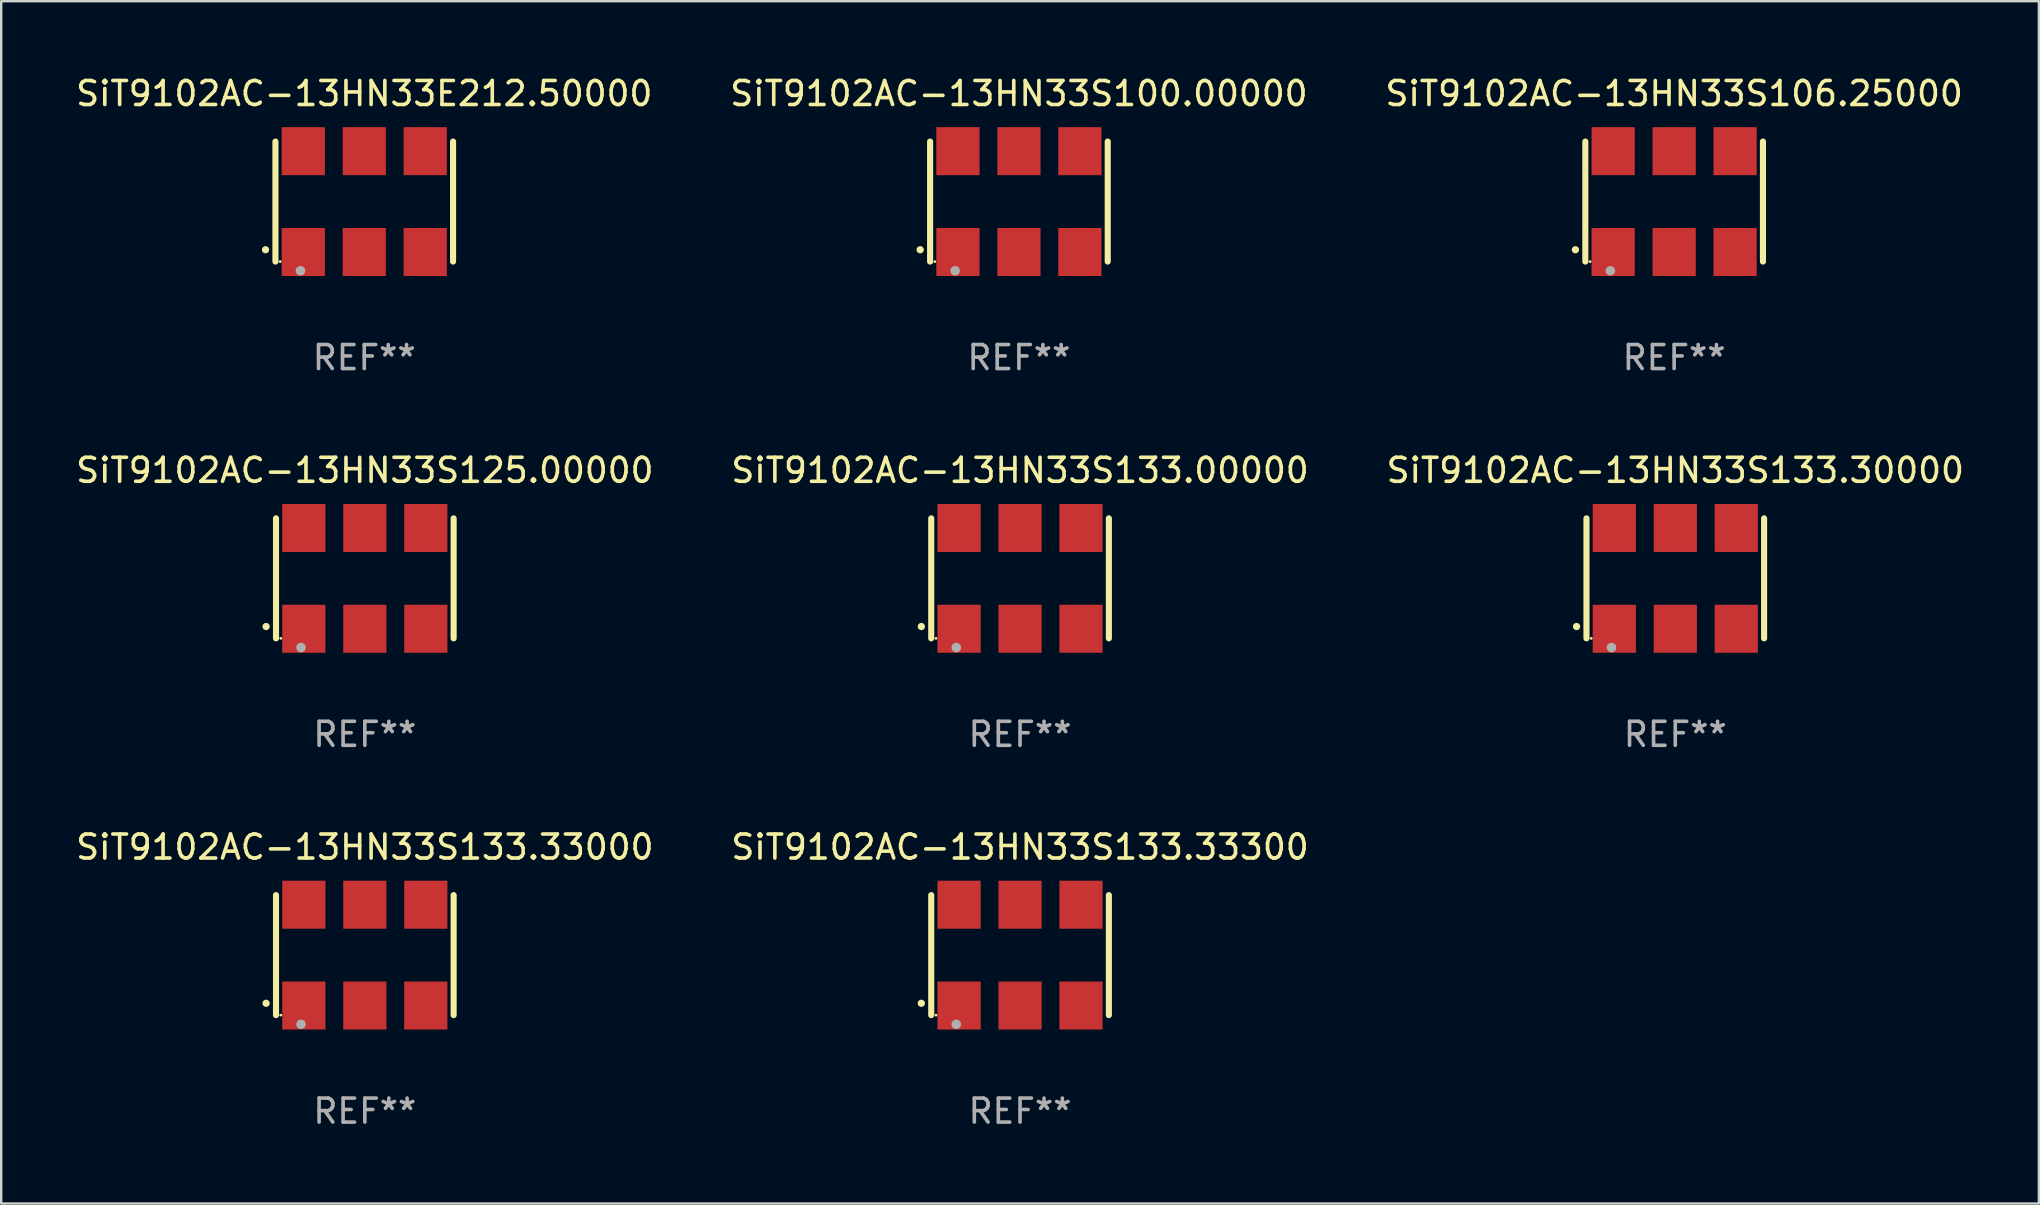
<source format=kicad_pcb>
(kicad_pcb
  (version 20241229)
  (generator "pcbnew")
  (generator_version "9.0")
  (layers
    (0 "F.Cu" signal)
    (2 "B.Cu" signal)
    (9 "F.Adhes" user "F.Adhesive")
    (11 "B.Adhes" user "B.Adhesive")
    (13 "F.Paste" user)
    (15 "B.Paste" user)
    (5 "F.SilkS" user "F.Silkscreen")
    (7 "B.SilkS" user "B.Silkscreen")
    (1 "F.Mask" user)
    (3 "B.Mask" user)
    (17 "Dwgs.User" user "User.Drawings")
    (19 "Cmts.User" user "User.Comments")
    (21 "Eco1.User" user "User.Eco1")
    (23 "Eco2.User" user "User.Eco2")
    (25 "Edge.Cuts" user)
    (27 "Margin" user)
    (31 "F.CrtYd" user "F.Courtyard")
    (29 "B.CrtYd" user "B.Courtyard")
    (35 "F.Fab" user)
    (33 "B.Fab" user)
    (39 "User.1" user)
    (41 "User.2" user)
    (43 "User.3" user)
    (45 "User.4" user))
  (footprint "SiT9102AC-13HN33S133.00000"
    (layer "F.Cu")
    (at 39.446 21.045)
    (property "Reference" "SiT9102AC-13HN33S133.00000" (at 0 -4.5 0) (layer "F.SilkS") (effects (font (size 1 1) (thickness 0.15))))
    (attr through_hole)
    (fp_line (start -3.7 -2.5) (end -3.7 2.5) (stroke (width 0.254) (type solid)) (layer "F.SilkS"))
    (fp_line (start 3.7 -2.5) (end 3.7 2.5) (stroke (width 0.254) (type solid)) (layer "F.SilkS"))
    (fp_arc (start -4.114415 2.006604) (mid -4.113145 2.006599) (end -4.111875 2.006604) (stroke (width 0.3) (type solid)) (layer "F.SilkS"))
    (fp_circle (center -3.502 2.5) (end -3.472 2.5) (stroke (width 0.06) (type solid)) (fill no) (layer "F.SilkS"))
    (fp_circle (center -2.657 2.882) (end -2.557 2.882) (stroke (width 0.2) (type solid)) (fill no) (layer "F.Fab"))
    (fp_text user "REF**" (at 0 6.5 0) (layer "F.Fab") (effects (font (size 1 1) (thickness 0.15))))
    (pad "1" smd rect (at -2.54 2.1) (size 1.8 2) (layers "F.Cu" "F.Mask" "F.Paste"))
    (pad "2" smd rect (at 0.000394 2.1) (size 1.8 2) (layers "F.Cu" "F.Mask" "F.Paste"))
    (pad "3" smd rect (at 2.54 2.1) (size 1.8 2) (layers "F.Cu" "F.Mask" "F.Paste"))
    (pad "4" smd rect (at 2.54 -2.1) (size 1.8 2) (layers "F.Cu" "F.Mask" "F.Paste"))
    (pad "5" smd rect (at 0.000394 -2.1) (size 1.8 2) (layers "F.Cu" "F.Mask" "F.Paste"))
    (pad "6" smd rect (at -2.54 -2.1) (size 1.8 2) (layers "F.Cu" "F.Mask" "F.Paste")))
  (footprint "SiT9102AC-13HN33E212.50000"
    (layer "F.Cu")
    (at 12.125 5.348)
    (property "Reference" "SiT9102AC-13HN33E212.50000" (at 0 -4.5 0) (layer "F.SilkS") (effects (font (size 1 1) (thickness 0.15))))
    (attr through_hole)
    (fp_line (start -3.7 -2.5) (end -3.7 2.5) (stroke (width 0.254) (type solid)) (layer "F.SilkS"))
    (fp_line (start 3.7 -2.5) (end 3.7 2.5) (stroke (width 0.254) (type solid)) (layer "F.SilkS"))
    (fp_arc (start -4.114415 2.006604) (mid -4.113145 2.006599) (end -4.111875 2.006604) (stroke (width 0.3) (type solid)) (layer "F.SilkS"))
    (fp_circle (center -3.502 2.5) (end -3.472 2.5) (stroke (width 0.06) (type solid)) (fill no) (layer "F.SilkS"))
    (fp_circle (center -2.657 2.882) (end -2.557 2.882) (stroke (width 0.2) (type solid)) (fill no) (layer "F.Fab"))
    (fp_text user "REF**" (at 0 6.5 0) (layer "F.Fab") (effects (font (size 1 1) (thickness 0.15))))
    (pad "1" smd rect (at -2.54 2.1) (size 1.8 2) (layers "F.Cu" "F.Mask" "F.Paste"))
    (pad "2" smd rect (at 0.000394 2.1) (size 1.8 2) (layers "F.Cu" "F.Mask" "F.Paste"))
    (pad "3" smd rect (at 2.54 2.1) (size 1.8 2) (layers "F.Cu" "F.Mask" "F.Paste"))
    (pad "4" smd rect (at 2.54 -2.1) (size 1.8 2) (layers "F.Cu" "F.Mask" "F.Paste"))
    (pad "5" smd rect (at 0.000394 -2.1) (size 1.8 2) (layers "F.Cu" "F.Mask" "F.Paste"))
    (pad "6" smd rect (at -2.54 -2.1) (size 1.8 2) (layers "F.Cu" "F.Mask" "F.Paste")))
  (footprint "SiT9102AC-13HN33S133.33300"
    (layer "F.Cu")
    (at 39.446 36.741)
    (property "Reference" "SiT9102AC-13HN33S133.33300" (at 0 -4.5 0) (layer "F.SilkS") (effects (font (size 1 1) (thickness 0.15))))
    (attr through_hole)
    (fp_line (start -3.7 -2.5) (end -3.7 2.5) (stroke (width 0.254) (type solid)) (layer "F.SilkS"))
    (fp_line (start 3.7 -2.5) (end 3.7 2.5) (stroke (width 0.254) (type solid)) (layer "F.SilkS"))
    (fp_arc (start -4.114415 2.006604) (mid -4.113145 2.006599) (end -4.111875 2.006604) (stroke (width 0.3) (type solid)) (layer "F.SilkS"))
    (fp_circle (center -3.502 2.5) (end -3.472 2.5) (stroke (width 0.06) (type solid)) (fill no) (layer "F.SilkS"))
    (fp_circle (center -2.657 2.882) (end -2.557 2.882) (stroke (width 0.2) (type solid)) (fill no) (layer "F.Fab"))
    (fp_text user "REF**" (at 0 6.5 0) (layer "F.Fab") (effects (font (size 1 1) (thickness 0.15))))
    (pad "1" smd rect (at -2.54 2.1) (size 1.8 2) (layers "F.Cu" "F.Mask" "F.Paste"))
    (pad "2" smd rect (at 0.000394 2.1) (size 1.8 2) (layers "F.Cu" "F.Mask" "F.Paste"))
    (pad "3" smd rect (at 2.54 2.1) (size 1.8 2) (layers "F.Cu" "F.Mask" "F.Paste"))
    (pad "4" smd rect (at 2.54 -2.1) (size 1.8 2) (layers "F.Cu" "F.Mask" "F.Paste"))
    (pad "5" smd rect (at 0.000394 -2.1) (size 1.8 2) (layers "F.Cu" "F.Mask" "F.Paste"))
    (pad "6" smd rect (at -2.54 -2.1) (size 1.8 2) (layers "F.Cu" "F.Mask" "F.Paste")))
  (footprint "SiT9102AC-13HN33S125.00000"
    (layer "F.Cu")
    (at 12.149 21.045)
    (property "Reference" "SiT9102AC-13HN33S125.00000" (at 0 -4.5 0) (layer "F.SilkS") (effects (font (size 1 1) (thickness 0.15))))
    (attr through_hole)
    (fp_line (start -3.7 -2.5) (end -3.7 2.5) (stroke (width 0.254) (type solid)) (layer "F.SilkS"))
    (fp_line (start 3.7 -2.5) (end 3.7 2.5) (stroke (width 0.254) (type solid)) (layer "F.SilkS"))
    (fp_arc (start -4.114415 2.006604) (mid -4.113145 2.006599) (end -4.111875 2.006604) (stroke (width 0.3) (type solid)) (layer "F.SilkS"))
    (fp_circle (center -3.502 2.5) (end -3.472 2.5) (stroke (width 0.06) (type solid)) (fill no) (layer "F.SilkS"))
    (fp_circle (center -2.657 2.882) (end -2.557 2.882) (stroke (width 0.2) (type solid)) (fill no) (layer "F.Fab"))
    (fp_text user "REF**" (at 0 6.5 0) (layer "F.Fab") (effects (font (size 1 1) (thickness 0.15))))
    (pad "1" smd rect (at -2.54 2.1) (size 1.8 2) (layers "F.Cu" "F.Mask" "F.Paste"))
    (pad "2" smd rect (at 0.000394 2.1) (size 1.8 2) (layers "F.Cu" "F.Mask" "F.Paste"))
    (pad "3" smd rect (at 2.54 2.1) (size 1.8 2) (layers "F.Cu" "F.Mask" "F.Paste"))
    (pad "4" smd rect (at 2.54 -2.1) (size 1.8 2) (layers "F.Cu" "F.Mask" "F.Paste"))
    (pad "5" smd rect (at 0.000394 -2.1) (size 1.8 2) (layers "F.Cu" "F.Mask" "F.Paste"))
    (pad "6" smd rect (at -2.54 -2.1) (size 1.8 2) (layers "F.Cu" "F.Mask" "F.Paste")))
  (footprint "SiT9102AC-13HN33S133.33000"
    (layer "F.Cu")
    (at 12.149 36.741)
    (property "Reference" "SiT9102AC-13HN33S133.33000" (at 0 -4.5 0) (layer "F.SilkS") (effects (font (size 1 1) (thickness 0.15))))
    (attr through_hole)
    (fp_line (start -3.7 -2.5) (end -3.7 2.5) (stroke (width 0.254) (type solid)) (layer "F.SilkS"))
    (fp_line (start 3.7 -2.5) (end 3.7 2.5) (stroke (width 0.254) (type solid)) (layer "F.SilkS"))
    (fp_arc (start -4.114415 2.006604) (mid -4.113145 2.006599) (end -4.111875 2.006604) (stroke (width 0.3) (type solid)) (layer "F.SilkS"))
    (fp_circle (center -3.502 2.5) (end -3.472 2.5) (stroke (width 0.06) (type solid)) (fill no) (layer "F.SilkS"))
    (fp_circle (center -2.657 2.882) (end -2.557 2.882) (stroke (width 0.2) (type solid)) (fill no) (layer "F.Fab"))
    (fp_text user "REF**" (at 0 6.5 0) (layer "F.Fab") (effects (font (size 1 1) (thickness 0.15))))
    (pad "1" smd rect (at -2.54 2.1) (size 1.8 2) (layers "F.Cu" "F.Mask" "F.Paste"))
    (pad "2" smd rect (at 0.000394 2.1) (size 1.8 2) (layers "F.Cu" "F.Mask" "F.Paste"))
    (pad "3" smd rect (at 2.54 2.1) (size 1.8 2) (layers "F.Cu" "F.Mask" "F.Paste"))
    (pad "4" smd rect (at 2.54 -2.1) (size 1.8 2) (layers "F.Cu" "F.Mask" "F.Paste"))
    (pad "5" smd rect (at 0.000394 -2.1) (size 1.8 2) (layers "F.Cu" "F.Mask" "F.Paste"))
    (pad "6" smd rect (at -2.54 -2.1) (size 1.8 2) (layers "F.Cu" "F.Mask" "F.Paste")))
  (footprint "SiT9102AC-13HN33S106.25000"
    (layer "F.Cu")
    (at 66.696 5.348)
    (property "Reference" "SiT9102AC-13HN33S106.25000" (at 0 -4.5 0) (layer "F.SilkS") (effects (font (size 1 1) (thickness 0.15))))
    (attr through_hole)
    (fp_line (start -3.7 -2.5) (end -3.7 2.5) (stroke (width 0.254) (type solid)) (layer "F.SilkS"))
    (fp_line (start 3.7 -2.5) (end 3.7 2.5) (stroke (width 0.254) (type solid)) (layer "F.SilkS"))
    (fp_arc (start -4.114415 2.006604) (mid -4.113145 2.006599) (end -4.111875 2.006604) (stroke (width 0.3) (type solid)) (layer "F.SilkS"))
    (fp_circle (center -3.502 2.5) (end -3.472 2.5) (stroke (width 0.06) (type solid)) (fill no) (layer "F.SilkS"))
    (fp_circle (center -2.657 2.882) (end -2.557 2.882) (stroke (width 0.2) (type solid)) (fill no) (layer "F.Fab"))
    (fp_text user "REF**" (at 0 6.5 0) (layer "F.Fab") (effects (font (size 1 1) (thickness 0.15))))
    (pad "1" smd rect (at -2.54 2.1) (size 1.8 2) (layers "F.Cu" "F.Mask" "F.Paste"))
    (pad "2" smd rect (at 0.000394 2.1) (size 1.8 2) (layers "F.Cu" "F.Mask" "F.Paste"))
    (pad "3" smd rect (at 2.54 2.1) (size 1.8 2) (layers "F.Cu" "F.Mask" "F.Paste"))
    (pad "4" smd rect (at 2.54 -2.1) (size 1.8 2) (layers "F.Cu" "F.Mask" "F.Paste"))
    (pad "5" smd rect (at 0.000394 -2.1) (size 1.8 2) (layers "F.Cu" "F.Mask" "F.Paste"))
    (pad "6" smd rect (at -2.54 -2.1) (size 1.8 2) (layers "F.Cu" "F.Mask" "F.Paste")))
  (footprint "SiT9102AC-13HN33S100.00000"
    (layer "F.Cu")
    (at 39.399 5.348)
    (property "Reference" "SiT9102AC-13HN33S100.00000" (at 0 -4.5 0) (layer "F.SilkS") (effects (font (size 1 1) (thickness 0.15))))
    (attr through_hole)
    (fp_line (start -3.7 -2.5) (end -3.7 2.5) (stroke (width 0.254) (type solid)) (layer "F.SilkS"))
    (fp_line (start 3.7 -2.5) (end 3.7 2.5) (stroke (width 0.254) (type solid)) (layer "F.SilkS"))
    (fp_arc (start -4.114415 2.006604) (mid -4.113145 2.006599) (end -4.111875 2.006604) (stroke (width 0.3) (type solid)) (layer "F.SilkS"))
    (fp_circle (center -3.502 2.5) (end -3.472 2.5) (stroke (width 0.06) (type solid)) (fill no) (layer "F.SilkS"))
    (fp_circle (center -2.657 2.882) (end -2.557 2.882) (stroke (width 0.2) (type solid)) (fill no) (layer "F.Fab"))
    (fp_text user "REF**" (at 0 6.5 0) (layer "F.Fab") (effects (font (size 1 1) (thickness 0.15))))
    (pad "1" smd rect (at -2.54 2.1) (size 1.8 2) (layers "F.Cu" "F.Mask" "F.Paste"))
    (pad "2" smd rect (at 0.000394 2.1) (size 1.8 2) (layers "F.Cu" "F.Mask" "F.Paste"))
    (pad "3" smd rect (at 2.54 2.1) (size 1.8 2) (layers "F.Cu" "F.Mask" "F.Paste"))
    (pad "4" smd rect (at 2.54 -2.1) (size 1.8 2) (layers "F.Cu" "F.Mask" "F.Paste"))
    (pad "5" smd rect (at 0.000394 -2.1) (size 1.8 2) (layers "F.Cu" "F.Mask" "F.Paste"))
    (pad "6" smd rect (at -2.54 -2.1) (size 1.8 2) (layers "F.Cu" "F.Mask" "F.Paste")))
  (footprint "SiT9102AC-13HN33S133.30000"
    (layer "F.Cu")
    (at 66.744 21.045)
    (property "Reference" "SiT9102AC-13HN33S133.30000" (at 0 -4.5 0) (layer "F.SilkS") (effects (font (size 1 1) (thickness 0.15))))
    (attr through_hole)
    (fp_line (start -3.7 -2.5) (end -3.7 2.5) (stroke (width 0.254) (type solid)) (layer "F.SilkS"))
    (fp_line (start 3.7 -2.5) (end 3.7 2.5) (stroke (width 0.254) (type solid)) (layer "F.SilkS"))
    (fp_arc (start -4.114415 2.006604) (mid -4.113145 2.006599) (end -4.111875 2.006604) (stroke (width 0.3) (type solid)) (layer "F.SilkS"))
    (fp_circle (center -3.502 2.5) (end -3.472 2.5) (stroke (width 0.06) (type solid)) (fill no) (layer "F.SilkS"))
    (fp_circle (center -2.657 2.882) (end -2.557 2.882) (stroke (width 0.2) (type solid)) (fill no) (layer "F.Fab"))
    (fp_text user "REF**" (at 0 6.5 0) (layer "F.Fab") (effects (font (size 1 1) (thickness 0.15))))
    (pad "1" smd rect (at -2.54 2.1) (size 1.8 2) (layers "F.Cu" "F.Mask" "F.Paste"))
    (pad "2" smd rect (at 0.000394 2.1) (size 1.8 2) (layers "F.Cu" "F.Mask" "F.Paste"))
    (pad "3" smd rect (at 2.54 2.1) (size 1.8 2) (layers "F.Cu" "F.Mask" "F.Paste"))
    (pad "4" smd rect (at 2.54 -2.1) (size 1.8 2) (layers "F.Cu" "F.Mask" "F.Paste"))
    (pad "5" smd rect (at 0.000394 -2.1) (size 1.8 2) (layers "F.Cu" "F.Mask" "F.Paste"))
    (pad "6" smd rect (at -2.54 -2.1) (size 1.8 2) (layers "F.Cu" "F.Mask" "F.Paste")))
  (gr_rect
    (start -3 -3)
    (end 81.893 47.09)
    (stroke (width 0.1) (type default))
    (fill no)
    (layer "Edge.Cuts")))
</source>
